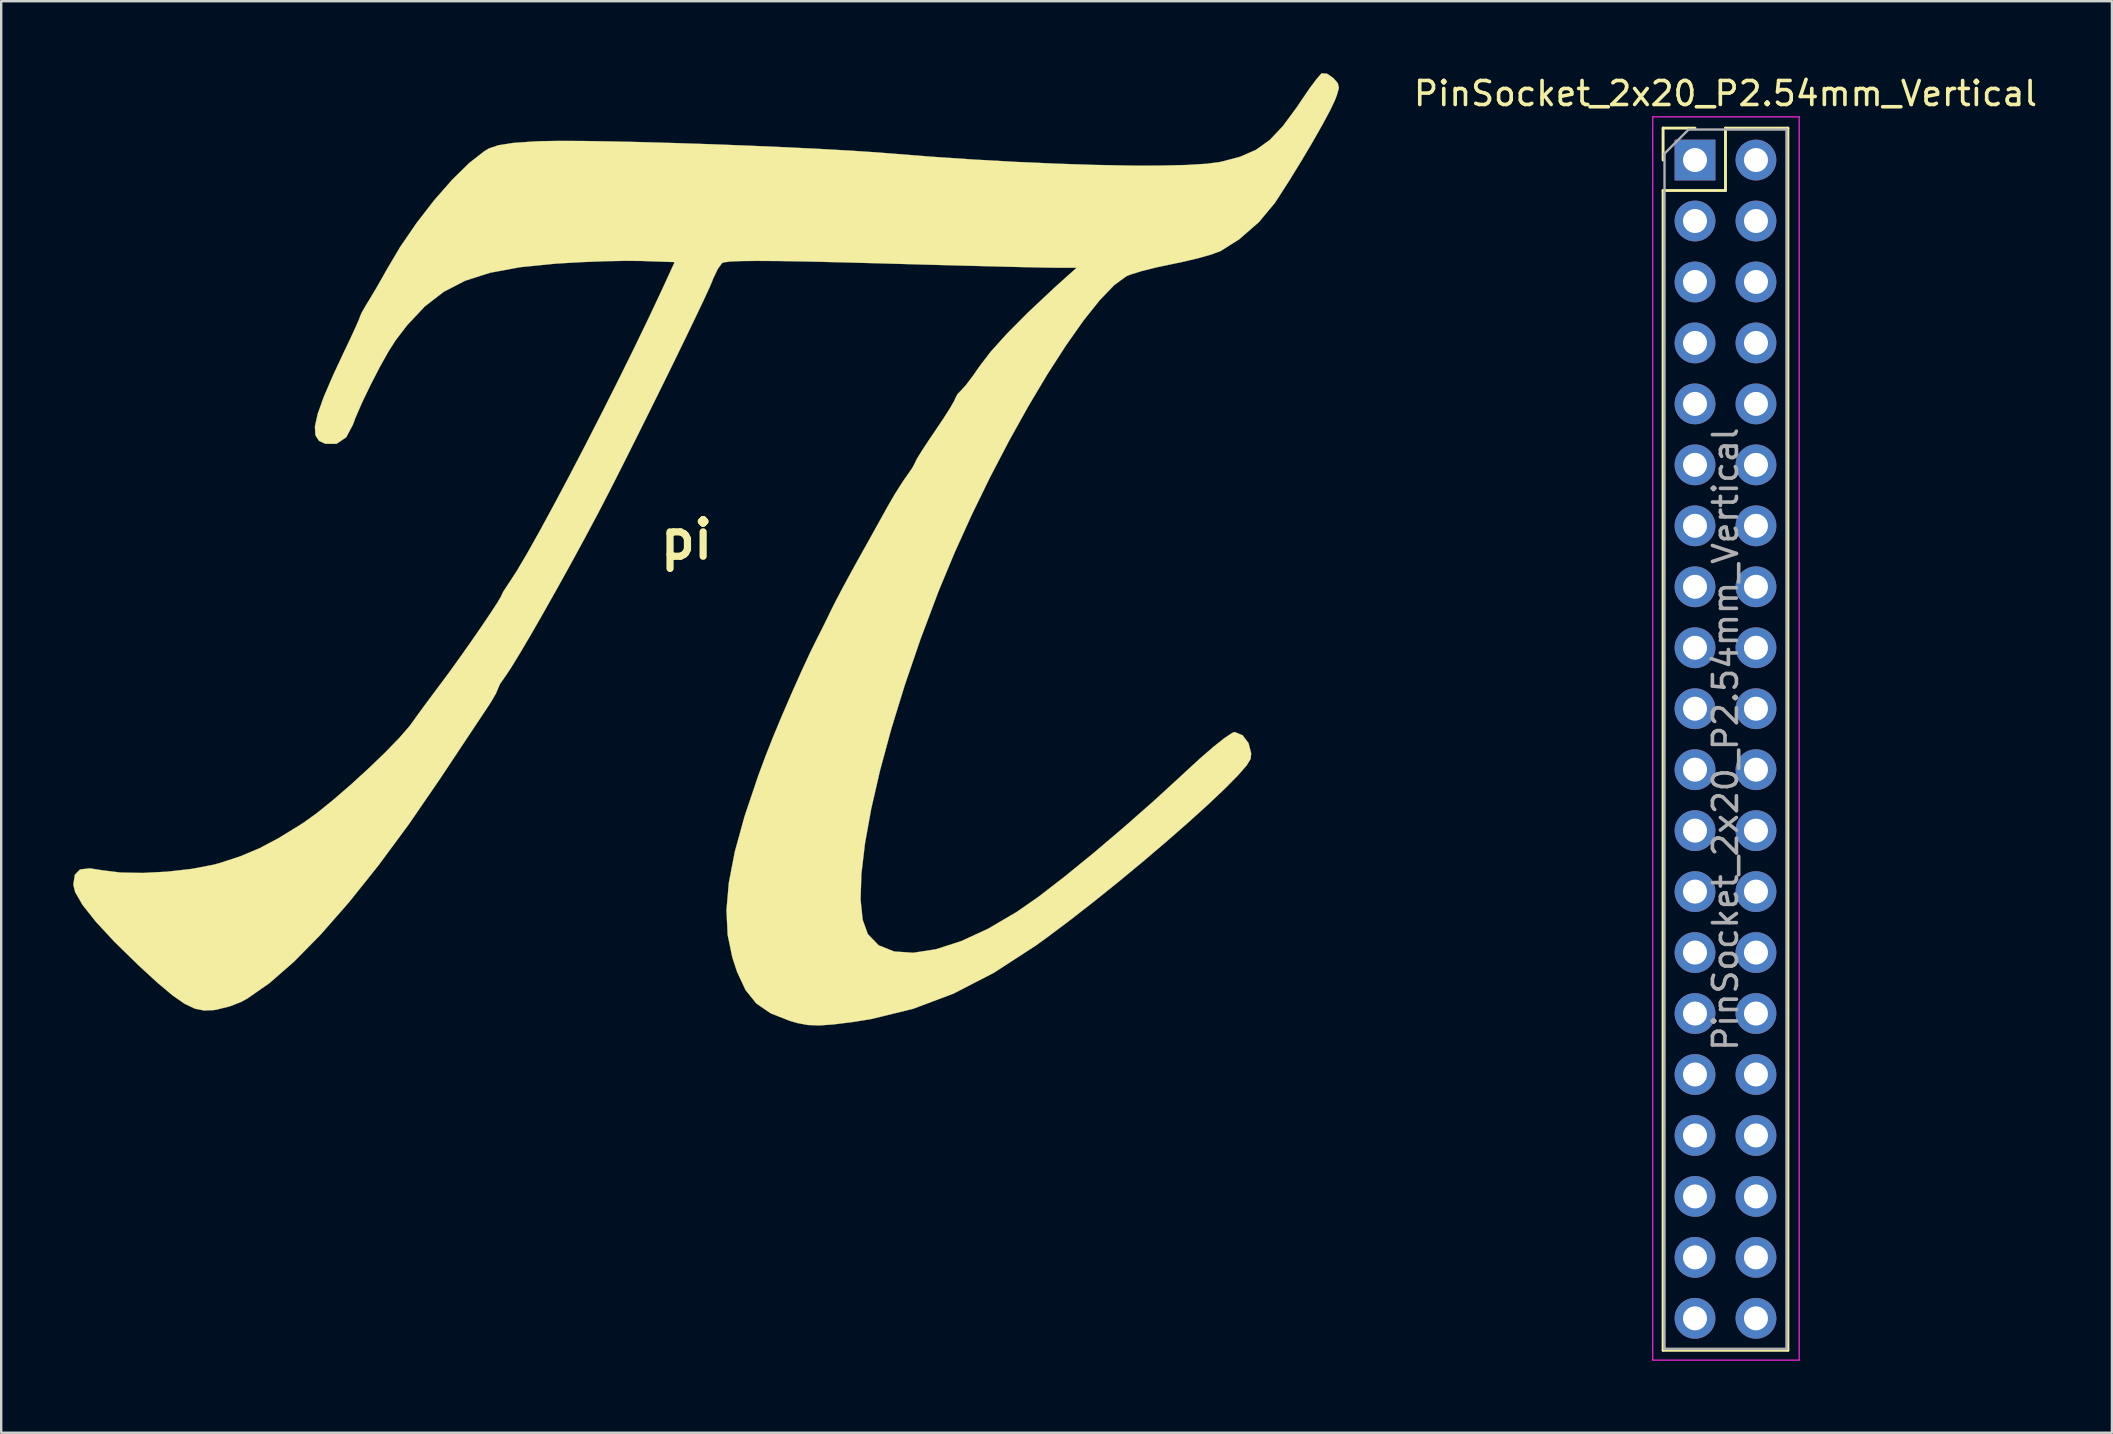
<source format=kicad_pcb>
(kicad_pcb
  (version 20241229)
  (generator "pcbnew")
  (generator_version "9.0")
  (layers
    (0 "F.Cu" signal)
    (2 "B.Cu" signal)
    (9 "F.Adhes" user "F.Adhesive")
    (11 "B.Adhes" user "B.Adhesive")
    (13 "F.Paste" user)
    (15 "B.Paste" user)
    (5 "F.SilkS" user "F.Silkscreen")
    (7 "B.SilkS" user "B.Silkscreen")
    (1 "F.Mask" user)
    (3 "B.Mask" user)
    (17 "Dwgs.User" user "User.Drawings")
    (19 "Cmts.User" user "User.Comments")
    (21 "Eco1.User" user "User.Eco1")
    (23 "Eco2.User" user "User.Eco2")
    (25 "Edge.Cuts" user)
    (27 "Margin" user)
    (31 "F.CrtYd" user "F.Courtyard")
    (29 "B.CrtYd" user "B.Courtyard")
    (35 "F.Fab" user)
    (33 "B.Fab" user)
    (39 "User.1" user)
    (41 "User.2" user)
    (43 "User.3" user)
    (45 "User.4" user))
  (footprint "pi"
    (layer "F.Cu")
    (at 25.556 19.436)
    (property "Reference" "pi" (at 0 0 0) (layer "F.SilkS") (effects (font (size 1.524 1.524) (thickness 0.3))))
    (attr through_hole)
    (fp_poly (pts (xy 26.686 -19.415) (xy 26.948 -19.232) (xy 27.132 -19.022) (xy 27.179 -18.825) (xy 27.095 -18.525) (xy 27.006 -18.297) (xy 26.811 -17.885) (xy 26.487 -17.282) (xy 26.073 -16.554) (xy 25.604 -15.764) (xy 25.119 -14.975) (xy 24.654 -14.251) (xy 24.499 -14.017) (xy 23.843 -13.229) (xy 23.022 -12.514) (xy 22.253 -12.029) (xy 21.885 -11.89) (xy 21.314 -11.727) (xy 20.635 -11.567) (xy 20.26 -11.49) (xy 19.569 -11.344) (xy 18.945 -11.187) (xy 18.478 -11.041) (xy 18.321 -10.975) (xy 17.816 -10.606) (xy 17.218 -9.984) (xy 16.544 -9.14) (xy 15.812 -8.102) (xy 15.038 -6.901) (xy 14.241 -5.565) (xy 13.438 -4.124) (xy 12.647 -2.607) (xy 11.884 -1.044) (xy 11.168 0.537) (xy 10.516 2.105) (xy 10.481 2.192) (xy 9.741 4.158) (xy 9.088 6.068) (xy 8.525 7.896) (xy 8.058 9.621) (xy 7.692 11.216) (xy 7.432 12.659) (xy 7.283 13.926) (xy 7.249 14.992) (xy 7.336 15.834) (xy 7.549 16.427) (xy 7.553 16.434) (xy 8.004 16.9) (xy 8.643 17.156) (xy 9.444 17.21) (xy 10.382 17.065) (xy 11.432 16.729) (xy 12.568 16.206) (xy 13.766 15.501) (xy 14.687 14.859) (xy 15.751 14.036) (xy 16.952 13.058) (xy 18.215 11.985) (xy 19.47 10.88) (xy 20.642 9.806) (xy 20.757 9.697) (xy 21.399 9.108) (xy 21.97 8.614) (xy 22.432 8.249) (xy 22.742 8.045) (xy 22.833 8.013) (xy 23.164 8.147) (xy 23.415 8.478) (xy 23.523 8.902) (xy 23.5 9.134) (xy 23.34 9.399) (xy 22.97 9.823) (xy 22.419 10.38) (xy 21.716 11.045) (xy 20.889 11.793) (xy 19.969 12.598) (xy 18.985 13.435) (xy 17.965 14.279) (xy 16.939 15.103) (xy 15.936 15.884) (xy 14.986 16.595) (xy 14.549 16.91) (xy 12.81 18.04) (xy 11.123 18.911) (xy 9.43 19.548) (xy 7.674 19.976) (xy 6.906 20.098) (xy 6.107 20.197) (xy 5.519 20.238) (xy 5.053 20.22) (xy 4.624 20.14) (xy 4.296 20.046) (xy 3.505 19.734) (xy 2.911 19.328) (xy 2.46 18.77) (xy 2.102 18.003) (xy 1.904 17.397) (xy 1.712 16.467) (xy 1.662 15.443) (xy 1.76 14.295) (xy 2.01 12.997) (xy 2.418 11.517) (xy 2.987 9.829) (xy 3.297 8.996) (xy 3.603 8.222) (xy 3.98 7.317) (xy 4.391 6.367) (xy 4.798 5.456) (xy 5.164 4.669) (xy 5.417 4.158) (xy 5.695 3.608) (xy 5.975 3.035) (xy 6.016 2.948) (xy 6.212 2.558) (xy 6.51 1.993) (xy 6.863 1.341) (xy 7.103 0.907) (xy 7.493 0.208) (xy 7.884 -0.495) (xy 8.219 -1.098) (xy 8.364 -1.361) (xy 8.675 -1.897) (xy 8.993 -2.399) (xy 9.174 -2.66) (xy 9.4 -2.985) (xy 9.519 -3.203) (xy 9.525 -3.228) (xy 9.606 -3.388) (xy 9.822 -3.736) (xy 10.138 -4.214) (xy 10.357 -4.536) (xy 10.713 -5.067) (xy 10.993 -5.508) (xy 11.159 -5.8) (xy 11.188 -5.877) (xy 11.292 -6.073) (xy 11.424 -6.207) (xy 11.629 -6.431) (xy 11.926 -6.822) (xy 12.213 -7.234) (xy 12.675 -7.838) (xy 13.356 -8.593) (xy 14.23 -9.472) (xy 15.272 -10.45) (xy 15.648 -10.79) (xy 16.253 -11.331) (xy 15.346 -11.332) (xy 14.999 -11.337) (xy 14.388 -11.349) (xy 13.549 -11.368) (xy 12.52 -11.394) (xy 11.338 -11.424) (xy 10.04 -11.459) (xy 8.664 -11.497) (xy 8.061 -11.514) (xy 6.368 -11.559) (xy 4.96 -11.592) (xy 3.818 -11.611) (xy 2.924 -11.616) (xy 2.261 -11.609) (xy 1.809 -11.589) (xy 1.551 -11.555) (xy 1.48 -11.527) (xy 1.3 -11.281) (xy 1.11 -10.885) (xy 1.072 -10.782) (xy 0.951 -10.498) (xy 0.714 -9.984) (xy 0.379 -9.28) (xy -0.033 -8.424) (xy -0.504 -7.456) (xy -1.014 -6.417) (xy -1.544 -5.345) (xy -2.074 -4.28) (xy -2.584 -3.261) (xy -3.055 -2.329) (xy -3.469 -1.523) (xy -3.751 -0.983) (xy -4.291 0.027) (xy -4.859 1.07) (xy -5.433 2.104) (xy -5.988 3.087) (xy -6.5 3.979) (xy -6.946 4.736) (xy -7.303 5.319) (xy -7.545 5.684) (xy -7.578 5.728) (xy -7.78 6.023) (xy -7.862 6.215) (xy -7.94 6.403) (xy -8.14 6.747) (xy -8.296 6.988) (xy -8.521 7.326) (xy -8.876 7.86) (xy -9.326 8.536) (xy -9.832 9.299) (xy -10.275 9.966) (xy -11.568 11.85) (xy -12.839 13.572) (xy -14.072 15.114) (xy -15.25 16.457) (xy -16.359 17.584) (xy -17.381 18.476) (xy -18.3 19.116) (xy -18.556 19.257) (xy -19.034 19.443) (xy -19.592 19.581) (xy -19.703 19.599) (xy -20.101 19.616) (xy -20.49 19.537) (xy -20.914 19.336) (xy -21.415 18.988) (xy -22.035 18.468) (xy -22.817 17.75) (xy -22.823 17.745) (xy -23.828 16.764) (xy -24.61 15.92) (xy -25.162 15.224) (xy -25.476 14.683) (xy -25.551 14.374) (xy -25.488 13.96) (xy -25.272 13.739) (xy -24.862 13.693) (xy -24.326 13.776) (xy -23.587 13.867) (xy -22.656 13.884) (xy -21.636 13.831) (xy -20.626 13.717) (xy -19.728 13.546) (xy -19.452 13.472) (xy -18.591 13.19) (xy -17.812 12.863) (xy -17.017 12.444) (xy -16.107 11.885) (xy -15.93 11.77) (xy -15.379 11.372) (xy -14.709 10.829) (xy -13.976 10.194) (xy -13.237 9.518) (xy -12.547 8.854) (xy -11.963 8.251) (xy -11.54 7.763) (xy -11.434 7.619) (xy -11.195 7.284) (xy -10.837 6.796) (xy -10.423 6.24) (xy -10.266 6.032) (xy -9.867 5.494) (xy -9.423 4.877) (xy -8.968 4.231) (xy -8.537 3.606) (xy -8.164 3.053) (xy -7.883 2.622) (xy -7.729 2.361) (xy -7.711 2.313) (xy -7.631 2.153) (xy -7.435 1.853) (xy -7.384 1.78) (xy -7.071 1.297) (xy -6.647 0.578) (xy -6.132 -0.34) (xy -5.545 -1.42) (xy -4.904 -2.625) (xy -4.23 -3.918) (xy -3.542 -5.262) (xy -2.858 -6.62) (xy -2.198 -7.956) (xy -1.582 -9.231) (xy -1.028 -10.409) (xy -0.948 -10.583) (xy -0.497 -11.566) (xy -1.874 -11.613) (xy -2.558 -11.619) (xy -3.436 -11.601) (xy -4.4 -11.564) (xy -5.343 -11.509) (xy -5.45 -11.502) (xy -6.94 -11.353) (xy -8.182 -11.123) (xy -9.225 -10.79) (xy -10.116 -10.33) (xy -10.905 -9.721) (xy -11.64 -8.938) (xy -12.118 -8.315) (xy -12.418 -7.845) (xy -12.785 -7.19) (xy -13.168 -6.447) (xy -13.522 -5.711) (xy -13.796 -5.079) (xy -13.899 -4.799) (xy -14.181 -4.267) (xy -14.583 -3.996) (xy -15.047 -3.994) (xy -15.317 -4.12) (xy -15.465 -4.351) (xy -15.485 -4.714) (xy -15.372 -5.234) (xy -15.121 -5.939) (xy -14.727 -6.856) (xy -14.276 -7.819) (xy -13.996 -8.408) (xy -13.774 -8.892) (xy -13.637 -9.208) (xy -13.607 -9.296) (xy -13.534 -9.464) (xy -13.348 -9.788) (xy -13.252 -9.944) (xy -12.954 -10.439) (xy -12.631 -11.004) (xy -12.53 -11.188) (xy -11.939 -12.189) (xy -11.253 -13.191) (xy -10.515 -14.144) (xy -9.769 -14.995) (xy -9.057 -15.694) (xy -8.423 -16.189) (xy -8.24 -16.298) (xy -7.845 -16.434) (xy -7.222 -16.531) (xy -6.34 -16.593) (xy -6.087 -16.603) (xy -5.351 -16.616) (xy -4.362 -16.612) (xy -3.168 -16.594) (xy -1.819 -16.564) (xy -0.363 -16.522) (xy 1.152 -16.472) (xy 2.676 -16.413) (xy 4.16 -16.349) (xy 5.557 -16.281) (xy 6.818 -16.21) (xy 7.893 -16.139) (xy 8.391 -16.1) (xy 10.177 -15.959) (xy 11.963 -15.839) (xy 13.717 -15.741) (xy 15.405 -15.667) (xy 16.992 -15.615) (xy 18.447 -15.588) (xy 19.734 -15.587) (xy 20.821 -15.612) (xy 21.674 -15.663) (xy 22.255 -15.742) (xy 23.062 -15.955) (xy 23.721 -16.242) (xy 24.293 -16.65) (xy 24.841 -17.228) (xy 25.427 -18.022) (xy 25.624 -18.316) (xy 25.958 -18.805) (xy 26.247 -19.193) (xy 26.439 -19.412) (xy 26.462 -19.431) (xy 26.686 -19.415)) (stroke (width 0.01) (type solid)) (fill yes) (layer "F.SilkS")))
  (footprint "PinSocket_2x20_P2.54mm_Vertical"
    (layer "F.Cu")
    (at 67.571 3.618)
    (property "Reference" "PinSocket_2x20_P2.54mm_Vertical" (at 1.27 -2.77 0) (layer "F.SilkS") (effects (font (size 1 1) (thickness 0.15))))
    (attr through_hole)
    (fp_line (start -1.33 -1.33) (end -1.33 0) (stroke (width 0.12) (type solid)) (layer "F.SilkS"))
    (fp_line (start -1.33 1.27) (end -1.33 49.59) (stroke (width 0.12) (type solid)) (layer "F.SilkS"))
    (fp_line (start 0 -1.33) (end -1.33 -1.33) (stroke (width 0.12) (type solid)) (layer "F.SilkS"))
    (fp_line (start 1.27 -1.33) (end 1.27 1.27) (stroke (width 0.12) (type solid)) (layer "F.SilkS"))
    (fp_line (start 1.27 1.27) (end -1.33 1.27) (stroke (width 0.12) (type solid)) (layer "F.SilkS"))
    (fp_line (start 3.87 -1.33) (end 1.27 -1.33) (stroke (width 0.12) (type solid)) (layer "F.SilkS"))
    (fp_line (start 3.87 -1.33) (end 3.87 49.59) (stroke (width 0.12) (type solid)) (layer "F.SilkS"))
    (fp_line (start 3.87 49.59) (end -1.33 49.59) (stroke (width 0.12) (type solid)) (layer "F.SilkS"))
    (fp_line (start -1.76 -1.8) (end -1.76 50) (stroke (width 0.05) (type solid)) (layer "F.CrtYd"))
    (fp_line (start -1.76 50) (end 4.34 50) (stroke (width 0.05) (type solid)) (layer "F.CrtYd"))
    (fp_line (start 4.34 -1.8) (end -1.76 -1.8) (stroke (width 0.05) (type solid)) (layer "F.CrtYd"))
    (fp_line (start 4.34 50) (end 4.34 -1.8) (stroke (width 0.05) (type solid)) (layer "F.CrtYd"))
    (fp_line (start -1.27 -0.27) (end -1.27 49.53) (stroke (width 0.1) (type solid)) (layer "F.Fab"))
    (fp_line (start -1.27 49.53) (end 3.81 49.53) (stroke (width 0.1) (type solid)) (layer "F.Fab"))
    (fp_line (start -0.27 -1.27) (end -1.27 -0.27) (stroke (width 0.1) (type solid)) (layer "F.Fab"))
    (fp_line (start 3.81 -1.27) (end -0.27 -1.27) (stroke (width 0.1) (type solid)) (layer "F.Fab"))
    (fp_line (start 3.81 49.53) (end 3.81 -1.27) (stroke (width 0.1) (type solid)) (layer "F.Fab"))
    (fp_text user "${REFERENCE}" (at 1.27 24.13 90) (layer "F.Fab") (effects (font (size 1 1) (thickness 0.15))))
    (pad "1" thru_hole rect (at 0 0) (size 1.7 1.7) (drill 1) (layers "*.Cu" "*.Mask"))
    (pad "2" thru_hole oval (at 2.54 0) (size 1.7 1.7) (drill 1) (layers "*.Cu" "*.Mask"))
    (pad "3" thru_hole oval (at 0 2.54) (size 1.7 1.7) (drill 1) (layers "*.Cu" "*.Mask"))
    (pad "4" thru_hole oval (at 2.54 2.54) (size 1.7 1.7) (drill 1) (layers "*.Cu" "*.Mask"))
    (pad "5" thru_hole oval (at 0 5.08) (size 1.7 1.7) (drill 1) (layers "*.Cu" "*.Mask"))
    (pad "6" thru_hole oval (at 2.54 5.08) (size 1.7 1.7) (drill 1) (layers "*.Cu" "*.Mask"))
    (pad "7" thru_hole oval (at 0 7.62) (size 1.7 1.7) (drill 1) (layers "*.Cu" "*.Mask"))
    (pad "8" thru_hole oval (at 2.54 7.62) (size 1.7 1.7) (drill 1) (layers "*.Cu" "*.Mask"))
    (pad "9" thru_hole oval (at 0 10.16) (size 1.7 1.7) (drill 1) (layers "*.Cu" "*.Mask"))
    (pad "10" thru_hole oval (at 2.54 10.16) (size 1.7 1.7) (drill 1) (layers "*.Cu" "*.Mask"))
    (pad "11" thru_hole oval (at 0 12.7) (size 1.7 1.7) (drill 1) (layers "*.Cu" "*.Mask"))
    (pad "12" thru_hole oval (at 2.54 12.7) (size 1.7 1.7) (drill 1) (layers "*.Cu" "*.Mask"))
    (pad "13" thru_hole oval (at 0 15.24) (size 1.7 1.7) (drill 1) (layers "*.Cu" "*.Mask"))
    (pad "14" thru_hole oval (at 2.54 15.24) (size 1.7 1.7) (drill 1) (layers "*.Cu" "*.Mask"))
    (pad "15" thru_hole oval (at 0 17.78) (size 1.7 1.7) (drill 1) (layers "*.Cu" "*.Mask"))
    (pad "16" thru_hole oval (at 2.54 17.78) (size 1.7 1.7) (drill 1) (layers "*.Cu" "*.Mask"))
    (pad "17" thru_hole oval (at 0 20.32) (size 1.7 1.7) (drill 1) (layers "*.Cu" "*.Mask"))
    (pad "18" thru_hole oval (at 2.54 20.32) (size 1.7 1.7) (drill 1) (layers "*.Cu" "*.Mask"))
    (pad "19" thru_hole oval (at 0 22.86) (size 1.7 1.7) (drill 1) (layers "*.Cu" "*.Mask"))
    (pad "20" thru_hole oval (at 2.54 22.86) (size 1.7 1.7) (drill 1) (layers "*.Cu" "*.Mask"))
    (pad "21" thru_hole oval (at 0 25.4) (size 1.7 1.7) (drill 1) (layers "*.Cu" "*.Mask"))
    (pad "22" thru_hole oval (at 2.54 25.4) (size 1.7 1.7) (drill 1) (layers "*.Cu" "*.Mask"))
    (pad "23" thru_hole oval (at 0 27.94) (size 1.7 1.7) (drill 1) (layers "*.Cu" "*.Mask"))
    (pad "24" thru_hole oval (at 2.54 27.94) (size 1.7 1.7) (drill 1) (layers "*.Cu" "*.Mask"))
    (pad "25" thru_hole oval (at 0 30.48) (size 1.7 1.7) (drill 1) (layers "*.Cu" "*.Mask"))
    (pad "26" thru_hole oval (at 2.54 30.48) (size 1.7 1.7) (drill 1) (layers "*.Cu" "*.Mask"))
    (pad "27" thru_hole oval (at 0 33.02) (size 1.7 1.7) (drill 1) (layers "*.Cu" "*.Mask"))
    (pad "28" thru_hole oval (at 2.54 33.02) (size 1.7 1.7) (drill 1) (layers "*.Cu" "*.Mask"))
    (pad "29" thru_hole oval (at 0 35.56) (size 1.7 1.7) (drill 1) (layers "*.Cu" "*.Mask"))
    (pad "30" thru_hole oval (at 2.54 35.56) (size 1.7 1.7) (drill 1) (layers "*.Cu" "*.Mask"))
    (pad "31" thru_hole oval (at 0 38.1) (size 1.7 1.7) (drill 1) (layers "*.Cu" "*.Mask"))
    (pad "32" thru_hole oval (at 2.54 38.1) (size 1.7 1.7) (drill 1) (layers "*.Cu" "*.Mask"))
    (pad "33" thru_hole oval (at 0 40.64) (size 1.7 1.7) (drill 1) (layers "*.Cu" "*.Mask"))
    (pad "34" thru_hole oval (at 2.54 40.64) (size 1.7 1.7) (drill 1) (layers "*.Cu" "*.Mask"))
    (pad "35" thru_hole oval (at 0 43.18) (size 1.7 1.7) (drill 1) (layers "*.Cu" "*.Mask"))
    (pad "36" thru_hole oval (at 2.54 43.18) (size 1.7 1.7) (drill 1) (layers "*.Cu" "*.Mask"))
    (pad "37" thru_hole oval (at 0 45.72) (size 1.7 1.7) (drill 1) (layers "*.Cu" "*.Mask"))
    (pad "38" thru_hole oval (at 2.54 45.72) (size 1.7 1.7) (drill 1) (layers "*.Cu" "*.Mask"))
    (pad "39" thru_hole oval (at 0 48.26) (size 1.7 1.7) (drill 1) (layers "*.Cu" "*.Mask"))
    (pad "40" thru_hole oval (at 2.54 48.26) (size 1.7 1.7) (drill 1) (layers "*.Cu" "*.Mask")))
  (gr_rect
    (start -3 -3)
    (end 84.942 56.643)
    (stroke (width 0.1) (type default))
    (fill no)
    (layer "Edge.Cuts")))
</source>
